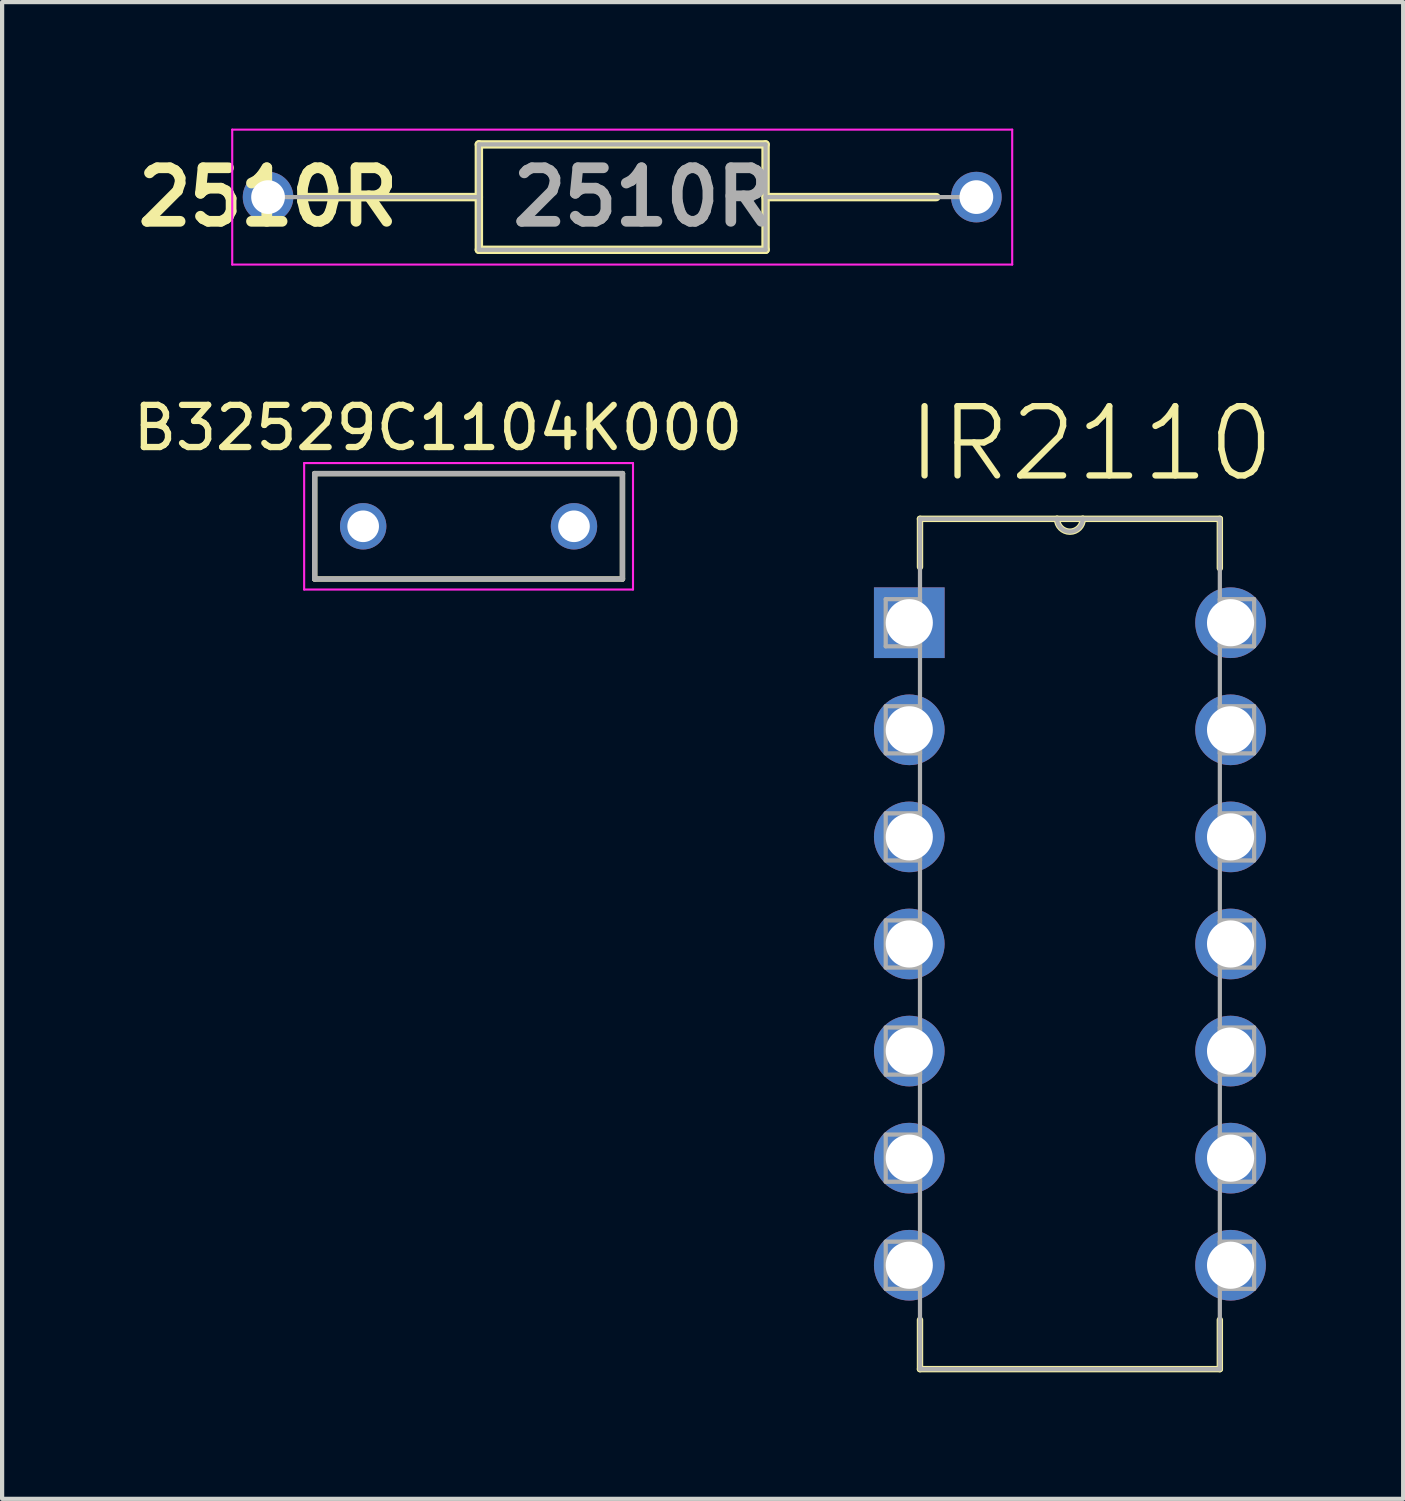
<source format=kicad_pcb>
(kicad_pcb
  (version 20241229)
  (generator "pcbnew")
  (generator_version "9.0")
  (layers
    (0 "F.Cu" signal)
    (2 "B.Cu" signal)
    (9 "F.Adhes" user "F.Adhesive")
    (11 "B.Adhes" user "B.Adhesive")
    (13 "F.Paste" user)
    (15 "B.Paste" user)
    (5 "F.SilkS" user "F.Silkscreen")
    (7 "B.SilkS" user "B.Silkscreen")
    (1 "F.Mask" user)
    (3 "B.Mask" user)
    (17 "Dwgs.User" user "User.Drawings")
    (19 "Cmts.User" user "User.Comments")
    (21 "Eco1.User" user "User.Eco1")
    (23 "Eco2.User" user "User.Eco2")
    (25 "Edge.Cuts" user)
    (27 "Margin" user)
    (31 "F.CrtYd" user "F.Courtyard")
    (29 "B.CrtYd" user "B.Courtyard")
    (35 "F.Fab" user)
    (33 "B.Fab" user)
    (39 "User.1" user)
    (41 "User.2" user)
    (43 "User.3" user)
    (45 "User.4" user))
  (footprint "IR2110"
    (layer "F.Cu")
    (at 26.137 26.96)
    (property "Reference" "IR2110" (at -3.307 -19.486 0) (layer "F.SilkS") (effects (font (size 1.643 1.643) (thickness 0.15))))
    (attr through_hole)
    (fp_line (start -7.366 -17.704) (end -7.366 -16.561) (stroke (width 0.152) (type solid)) (layer "F.SilkS"))
    (fp_line (start -7.366 1.295) (end -7.366 2.464) (stroke (width 0.152) (type solid)) (layer "F.SilkS"))
    (fp_line (start -7.366 2.464) (end -0.254 2.464) (stroke (width 0.152) (type solid)) (layer "F.SilkS"))
    (fp_line (start -4.115 -17.704) (end -7.366 -17.704) (stroke (width 0.152) (type solid)) (layer "F.SilkS"))
    (fp_line (start -3.505 -17.704) (end -4.115 -17.704) (stroke (width 0.152) (type solid)) (layer "F.SilkS"))
    (fp_line (start -0.254 -17.704) (end -3.505 -17.704) (stroke (width 0.152) (type solid)) (layer "F.SilkS"))
    (fp_line (start -0.254 -16.535) (end -0.254 -17.704) (stroke (width 0.152) (type solid)) (layer "F.SilkS"))
    (fp_line (start -0.254 2.464) (end -0.254 1.295) (stroke (width 0.152) (type solid)) (layer "F.SilkS"))
    (fp_arc (start -3.5052 -17.7038) (mid -3.81 -17.399) (end -4.1148 -17.7038) (stroke (width 0.1524) (type solid)) (layer "F.SilkS"))
    (fp_line (start -8.179 -15.799) (end -8.179 -14.681) (stroke (width 0.1) (type solid)) (layer "F.Fab"))
    (fp_line (start -8.179 -14.681) (end -7.366 -14.681) (stroke (width 0.1) (type solid)) (layer "F.Fab"))
    (fp_line (start -8.179 -13.259) (end -8.179 -12.141) (stroke (width 0.1) (type solid)) (layer "F.Fab"))
    (fp_line (start -8.179 -12.141) (end -7.366 -12.141) (stroke (width 0.1) (type solid)) (layer "F.Fab"))
    (fp_line (start -8.179 -10.719) (end -8.179 -9.601) (stroke (width 0.1) (type solid)) (layer "F.Fab"))
    (fp_line (start -8.179 -9.601) (end -7.366 -9.601) (stroke (width 0.1) (type solid)) (layer "F.Fab"))
    (fp_line (start -8.179 -8.179) (end -8.179 -7.061) (stroke (width 0.1) (type solid)) (layer "F.Fab"))
    (fp_line (start -8.179 -7.061) (end -7.366 -7.061) (stroke (width 0.1) (type solid)) (layer "F.Fab"))
    (fp_line (start -8.179 -5.639) (end -8.179 -4.521) (stroke (width 0.1) (type solid)) (layer "F.Fab"))
    (fp_line (start -8.179 -4.521) (end -7.366 -4.521) (stroke (width 0.1) (type solid)) (layer "F.Fab"))
    (fp_line (start -8.179 -3.099) (end -8.179 -1.981) (stroke (width 0.1) (type solid)) (layer "F.Fab"))
    (fp_line (start -8.179 -1.981) (end -7.366 -1.981) (stroke (width 0.1) (type solid)) (layer "F.Fab"))
    (fp_line (start -8.179 -0.559) (end -8.179 0.559) (stroke (width 0.1) (type solid)) (layer "F.Fab"))
    (fp_line (start -8.179 0.559) (end -7.366 0.559) (stroke (width 0.1) (type solid)) (layer "F.Fab"))
    (fp_line (start -7.366 -17.704) (end -7.366 2.464) (stroke (width 0.1) (type solid)) (layer "F.Fab"))
    (fp_line (start -7.366 -15.799) (end -8.179 -15.799) (stroke (width 0.1) (type solid)) (layer "F.Fab"))
    (fp_line (start -7.366 -14.681) (end -7.366 -15.799) (stroke (width 0.1) (type solid)) (layer "F.Fab"))
    (fp_line (start -7.366 -13.259) (end -8.179 -13.259) (stroke (width 0.1) (type solid)) (layer "F.Fab"))
    (fp_line (start -7.366 -12.141) (end -7.366 -13.259) (stroke (width 0.1) (type solid)) (layer "F.Fab"))
    (fp_line (start -7.366 -10.719) (end -8.179 -10.719) (stroke (width 0.1) (type solid)) (layer "F.Fab"))
    (fp_line (start -7.366 -9.601) (end -7.366 -10.719) (stroke (width 0.1) (type solid)) (layer "F.Fab"))
    (fp_line (start -7.366 -8.179) (end -8.179 -8.179) (stroke (width 0.1) (type solid)) (layer "F.Fab"))
    (fp_line (start -7.366 -7.061) (end -7.366 -8.179) (stroke (width 0.1) (type solid)) (layer "F.Fab"))
    (fp_line (start -7.366 -5.639) (end -8.179 -5.639) (stroke (width 0.1) (type solid)) (layer "F.Fab"))
    (fp_line (start -7.366 -4.521) (end -7.366 -5.639) (stroke (width 0.1) (type solid)) (layer "F.Fab"))
    (fp_line (start -7.366 -3.099) (end -8.179 -3.099) (stroke (width 0.1) (type solid)) (layer "F.Fab"))
    (fp_line (start -7.366 -1.981) (end -7.366 -3.099) (stroke (width 0.1) (type solid)) (layer "F.Fab"))
    (fp_line (start -7.366 -0.559) (end -8.179 -0.559) (stroke (width 0.1) (type solid)) (layer "F.Fab"))
    (fp_line (start -7.366 0.559) (end -7.366 -0.559) (stroke (width 0.1) (type solid)) (layer "F.Fab"))
    (fp_line (start -7.366 2.464) (end -0.254 2.464) (stroke (width 0.1) (type solid)) (layer "F.Fab"))
    (fp_line (start -4.115 -17.704) (end -7.366 -17.704) (stroke (width 0.1) (type solid)) (layer "F.Fab"))
    (fp_line (start -3.505 -17.704) (end -4.115 -17.704) (stroke (width 0.1) (type solid)) (layer "F.Fab"))
    (fp_line (start -0.254 -17.704) (end -3.505 -17.704) (stroke (width 0.1) (type solid)) (layer "F.Fab"))
    (fp_line (start -0.254 -15.799) (end -0.254 -14.681) (stroke (width 0.1) (type solid)) (layer "F.Fab"))
    (fp_line (start -0.254 -14.681) (end 0.559 -14.681) (stroke (width 0.1) (type solid)) (layer "F.Fab"))
    (fp_line (start -0.254 -13.259) (end -0.254 -12.141) (stroke (width 0.1) (type solid)) (layer "F.Fab"))
    (fp_line (start -0.254 -12.141) (end 0.559 -12.141) (stroke (width 0.1) (type solid)) (layer "F.Fab"))
    (fp_line (start -0.254 -10.719) (end -0.254 -9.601) (stroke (width 0.1) (type solid)) (layer "F.Fab"))
    (fp_line (start -0.254 -9.601) (end 0.559 -9.601) (stroke (width 0.1) (type solid)) (layer "F.Fab"))
    (fp_line (start -0.254 -8.179) (end -0.254 -7.061) (stroke (width 0.1) (type solid)) (layer "F.Fab"))
    (fp_line (start -0.254 -7.061) (end 0.559 -7.061) (stroke (width 0.1) (type solid)) (layer "F.Fab"))
    (fp_line (start -0.254 -5.639) (end -0.254 -4.521) (stroke (width 0.1) (type solid)) (layer "F.Fab"))
    (fp_line (start -0.254 -4.521) (end 0.559 -4.521) (stroke (width 0.1) (type solid)) (layer "F.Fab"))
    (fp_line (start -0.254 -3.099) (end -0.254 -1.981) (stroke (width 0.1) (type solid)) (layer "F.Fab"))
    (fp_line (start -0.254 -1.981) (end 0.559 -1.981) (stroke (width 0.1) (type solid)) (layer "F.Fab"))
    (fp_line (start -0.254 -0.559) (end -0.254 0.559) (stroke (width 0.1) (type solid)) (layer "F.Fab"))
    (fp_line (start -0.254 0.559) (end 0.559 0.559) (stroke (width 0.1) (type solid)) (layer "F.Fab"))
    (fp_line (start -0.254 2.464) (end -0.254 -17.704) (stroke (width 0.1) (type solid)) (layer "F.Fab"))
    (fp_line (start 0.559 -15.799) (end -0.254 -15.799) (stroke (width 0.1) (type solid)) (layer "F.Fab"))
    (fp_line (start 0.559 -14.681) (end 0.559 -15.799) (stroke (width 0.1) (type solid)) (layer "F.Fab"))
    (fp_line (start 0.559 -13.259) (end -0.254 -13.259) (stroke (width 0.1) (type solid)) (layer "F.Fab"))
    (fp_line (start 0.559 -12.141) (end 0.559 -13.259) (stroke (width 0.1) (type solid)) (layer "F.Fab"))
    (fp_line (start 0.559 -10.719) (end -0.254 -10.719) (stroke (width 0.1) (type solid)) (layer "F.Fab"))
    (fp_line (start 0.559 -9.601) (end 0.559 -10.719) (stroke (width 0.1) (type solid)) (layer "F.Fab"))
    (fp_line (start 0.559 -8.179) (end -0.254 -8.179) (stroke (width 0.1) (type solid)) (layer "F.Fab"))
    (fp_line (start 0.559 -7.061) (end 0.559 -8.179) (stroke (width 0.1) (type solid)) (layer "F.Fab"))
    (fp_line (start 0.559 -5.639) (end -0.254 -5.639) (stroke (width 0.1) (type solid)) (layer "F.Fab"))
    (fp_line (start 0.559 -4.521) (end 0.559 -5.639) (stroke (width 0.1) (type solid)) (layer "F.Fab"))
    (fp_line (start 0.559 -3.099) (end -0.254 -3.099) (stroke (width 0.1) (type solid)) (layer "F.Fab"))
    (fp_line (start 0.559 -1.981) (end 0.559 -3.099) (stroke (width 0.1) (type solid)) (layer "F.Fab"))
    (fp_line (start 0.559 -0.559) (end -0.254 -0.559) (stroke (width 0.1) (type solid)) (layer "F.Fab"))
    (fp_line (start 0.559 0.559) (end 0.559 -0.559) (stroke (width 0.1) (type solid)) (layer "F.Fab"))
    (fp_arc (start -3.5052 -17.7038) (mid -3.81 -17.399) (end -4.1148 -17.7038) (stroke (width 0.1) (type solid)) (layer "F.Fab"))
    (pad "1" thru_hole rect (at -7.62 -15.24) (size 1.676 1.676) (drill 1.118) (layers "*.Cu" "*.Mask"))
    (pad "2" thru_hole circle (at -7.62 -12.7) (size 1.676 1.676) (drill 1.118) (layers "*.Cu" "*.Mask"))
    (pad "3" thru_hole circle (at -7.62 -10.16) (size 1.676 1.676) (drill 1.118) (layers "*.Cu" "*.Mask"))
    (pad "4" thru_hole circle (at -7.62 -7.62) (size 1.676 1.676) (drill 1.118) (layers "*.Cu" "*.Mask"))
    (pad "5" thru_hole circle (at -7.62 -5.08) (size 1.676 1.676) (drill 1.118) (layers "*.Cu" "*.Mask"))
    (pad "6" thru_hole circle (at -7.62 -2.54) (size 1.676 1.676) (drill 1.118) (layers "*.Cu" "*.Mask"))
    (pad "7" thru_hole circle (at -7.62 0) (size 1.676 1.676) (drill 1.118) (layers "*.Cu" "*.Mask"))
    (pad "8" thru_hole circle (at 0 0) (size 1.676 1.676) (drill 1.118) (layers "*.Cu" "*.Mask"))
    (pad "9" thru_hole circle (at 0 -2.54) (size 1.676 1.676) (drill 1.118) (layers "*.Cu" "*.Mask"))
    (pad "10" thru_hole circle (at 0 -5.08) (size 1.676 1.676) (drill 1.118) (layers "*.Cu" "*.Mask"))
    (pad "11" thru_hole circle (at 0 -7.62) (size 1.676 1.676) (drill 1.118) (layers "*.Cu" "*.Mask"))
    (pad "12" thru_hole circle (at 0 -10.16) (size 1.676 1.676) (drill 1.118) (layers "*.Cu" "*.Mask"))
    (pad "13" thru_hole circle (at 0 -12.7) (size 1.676 1.676) (drill 1.118) (layers "*.Cu" "*.Mask"))
    (pad "14" thru_hole circle (at 0 -15.24) (size 1.676 1.676) (drill 1.118) (layers "*.Cu" "*.Mask")))
  (footprint "2510R"
    (layer "F.Cu")
    (at 3.308 1.625)
    (property "Reference" "2510R" (at 0 0 0) (layer "F.SilkS") (effects (font (size 1.27 1.27) (thickness 0.254))))
    (attr through_hole)
    (fp_line (start 0.95 0) (end 5 0) (stroke (width 0.2) (type solid)) (layer "F.SilkS"))
    (fp_line (start 5 -1.25) (end 11.8 -1.25) (stroke (width 0.2) (type solid)) (layer "F.SilkS"))
    (fp_line (start 5 1.25) (end 5 -1.25) (stroke (width 0.2) (type solid)) (layer "F.SilkS"))
    (fp_line (start 11.8 -1.25) (end 11.8 1.25) (stroke (width 0.2) (type solid)) (layer "F.SilkS"))
    (fp_line (start 11.8 0) (end 15.85 0) (stroke (width 0.2) (type solid)) (layer "F.SilkS"))
    (fp_line (start 11.8 1.25) (end 5 1.25) (stroke (width 0.2) (type solid)) (layer "F.SilkS"))
    (fp_line (start -0.85 -1.6) (end 17.65 -1.6) (stroke (width 0.05) (type solid)) (layer "F.CrtYd"))
    (fp_line (start -0.85 1.6) (end -0.85 -1.6) (stroke (width 0.05) (type solid)) (layer "F.CrtYd"))
    (fp_line (start 17.65 -1.6) (end 17.65 1.6) (stroke (width 0.05) (type solid)) (layer "F.CrtYd"))
    (fp_line (start 17.65 1.6) (end -0.85 1.6) (stroke (width 0.05) (type solid)) (layer "F.CrtYd"))
    (fp_line (start 0 0) (end 5 0) (stroke (width 0.1) (type solid)) (layer "F.Fab"))
    (fp_line (start 5 -1.25) (end 11.8 -1.25) (stroke (width 0.1) (type solid)) (layer "F.Fab"))
    (fp_line (start 5 1.25) (end 5 -1.25) (stroke (width 0.1) (type solid)) (layer "F.Fab"))
    (fp_line (start 11.8 -1.25) (end 11.8 1.25) (stroke (width 0.1) (type solid)) (layer "F.Fab"))
    (fp_line (start 11.8 0) (end 16.8 0) (stroke (width 0.1) (type solid)) (layer "F.Fab"))
    (fp_line (start 11.8 1.25) (end 5 1.25) (stroke (width 0.1) (type solid)) (layer "F.Fab"))
    (fp_text user "${REFERENCE}" (at 8.89 0 0) (layer "F.Fab") (effects (font (size 1.27 1.27) (thickness 0.254))))
    (pad "1" thru_hole circle (at 0 0) (size 1.2 1.2) (drill 0.8) (layers "*.Cu" "*.Mask"))
    (pad "2" thru_hole circle (at 16.8 0) (size 1.2 1.2) (drill 0.8) (layers "*.Cu" "*.Mask")))
  (footprint "B32529C1104K000"
    (layer "F.Cu")
    (at 8.064 9.433)
    (property "Reference" "B32529C1104K000" (at -0.725 -2.335 0) (layer "F.SilkS") (effects (font (size 1 1) (thickness 0.15))))
    (attr through_hole)
    (fp_line (start -3.65 -1.25) (end -3.65 1.25) (stroke (width 0.127) (type solid)) (layer "F.SilkS"))
    (fp_line (start -3.65 -1.25) (end 3.65 -1.25) (stroke (width 0.127) (type solid)) (layer "F.SilkS"))
    (fp_line (start -3.65 1.25) (end 3.65 1.25) (stroke (width 0.127) (type solid)) (layer "F.SilkS"))
    (fp_line (start 3.65 -1.25) (end 3.65 1.25) (stroke (width 0.127) (type solid)) (layer "F.SilkS"))
    (fp_line (start -3.9 -1.5) (end -3.9 1.5) (stroke (width 0.05) (type solid)) (layer "F.CrtYd"))
    (fp_line (start -3.9 -1.5) (end 3.9 -1.5) (stroke (width 0.05) (type solid)) (layer "F.CrtYd"))
    (fp_line (start 3.9 -1.5) (end 3.9 1.5) (stroke (width 0.05) (type solid)) (layer "F.CrtYd"))
    (fp_line (start 3.9 1.5) (end -3.9 1.5) (stroke (width 0.05) (type solid)) (layer "F.CrtYd"))
    (fp_line (start -3.65 -1.25) (end -3.65 1.25) (stroke (width 0.127) (type solid)) (layer "F.Fab"))
    (fp_line (start -3.65 -1.25) (end 3.65 -1.25) (stroke (width 0.127) (type solid)) (layer "F.Fab"))
    (fp_line (start 3.65 -1.25) (end 3.65 1.25) (stroke (width 0.127) (type solid)) (layer "F.Fab"))
    (fp_line (start 3.65 1.25) (end -3.65 1.25) (stroke (width 0.127) (type solid)) (layer "F.Fab"))
    (pad "1" thru_hole circle (at -2.5 0) (size 1.1 1.1) (drill 0.75) (layers "*.Cu" "*.Mask"))
    (pad "2" thru_hole circle (at 2.5 0) (size 1.1 1.1) (drill 0.75) (layers "*.Cu" "*.Mask")))
  (gr_rect
    (start -3 -3)
    (end 30.231 32.5)
    (stroke (width 0.1) (type default))
    (fill no)
    (layer "Edge.Cuts")))
</source>
